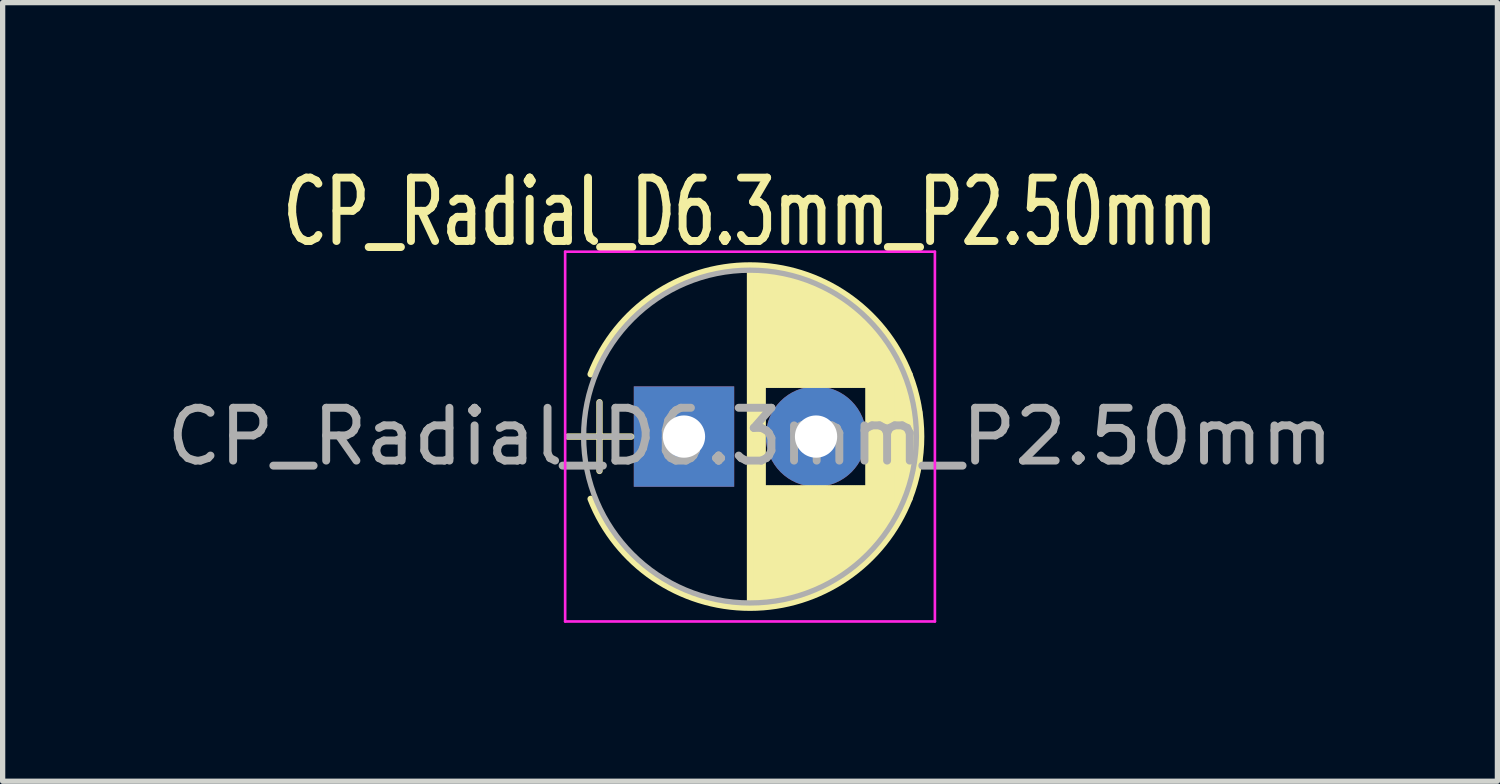
<source format=kicad_pcb>
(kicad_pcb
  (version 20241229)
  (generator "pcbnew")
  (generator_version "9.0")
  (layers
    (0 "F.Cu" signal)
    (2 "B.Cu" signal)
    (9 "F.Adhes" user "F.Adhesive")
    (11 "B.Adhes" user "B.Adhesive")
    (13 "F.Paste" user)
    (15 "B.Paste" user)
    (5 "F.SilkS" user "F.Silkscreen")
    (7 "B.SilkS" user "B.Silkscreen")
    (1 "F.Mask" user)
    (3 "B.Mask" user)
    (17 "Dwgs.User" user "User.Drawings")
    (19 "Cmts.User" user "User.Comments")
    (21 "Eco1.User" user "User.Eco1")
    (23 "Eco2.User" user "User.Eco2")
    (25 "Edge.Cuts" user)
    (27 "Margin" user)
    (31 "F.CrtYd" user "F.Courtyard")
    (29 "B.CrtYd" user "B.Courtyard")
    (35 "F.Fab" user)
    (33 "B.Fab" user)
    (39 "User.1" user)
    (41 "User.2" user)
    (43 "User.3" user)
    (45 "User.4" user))
  (footprint "CP_Radial_D6.3mm_P2.50mm"
    (layer "F.Cu")
    (at 9.899 5.215)
    (property "Reference" "CP_Radial_D6.3mm_P2.50mm" (at 1.25 -4.25 0) (layer "F.SilkS") (effects (font (size 1.2 0.8) (thickness 0.15))))
    (attr through_hole)
    (fp_line (start -2.2 0) (end -1 0) (stroke (width 0.12) (type solid)) (layer "F.SilkS"))
    (fp_line (start -1.6 -0.65) (end -1.6 0.65) (stroke (width 0.12) (type solid)) (layer "F.SilkS"))
    (fp_line (start 1.25 -3.2) (end 1.25 3.2) (stroke (width 0.12) (type solid)) (layer "F.SilkS"))
    (fp_line (start 1.29 -3.2) (end 1.29 3.2) (stroke (width 0.12) (type solid)) (layer "F.SilkS"))
    (fp_line (start 1.33 -3.2) (end 1.33 3.2) (stroke (width 0.12) (type solid)) (layer "F.SilkS"))
    (fp_line (start 1.37 -3.198) (end 1.37 3.198) (stroke (width 0.12) (type solid)) (layer "F.SilkS"))
    (fp_line (start 1.41 -3.197) (end 1.41 3.197) (stroke (width 0.12) (type solid)) (layer "F.SilkS"))
    (fp_line (start 1.45 -3.194) (end 1.45 3.194) (stroke (width 0.12) (type solid)) (layer "F.SilkS"))
    (fp_line (start 1.49 -3.192) (end 1.49 3.192) (stroke (width 0.12) (type solid)) (layer "F.SilkS"))
    (fp_line (start 1.53 -3.188) (end 1.53 -0.98) (stroke (width 0.12) (type solid)) (layer "F.SilkS"))
    (fp_line (start 1.53 0.98) (end 1.53 3.188) (stroke (width 0.12) (type solid)) (layer "F.SilkS"))
    (fp_line (start 1.57 -3.185) (end 1.57 -0.98) (stroke (width 0.12) (type solid)) (layer "F.SilkS"))
    (fp_line (start 1.57 0.98) (end 1.57 3.185) (stroke (width 0.12) (type solid)) (layer "F.SilkS"))
    (fp_line (start 1.61 -3.18) (end 1.61 -0.98) (stroke (width 0.12) (type solid)) (layer "F.SilkS"))
    (fp_line (start 1.61 0.98) (end 1.61 3.18) (stroke (width 0.12) (type solid)) (layer "F.SilkS"))
    (fp_line (start 1.65 -3.176) (end 1.65 -0.98) (stroke (width 0.12) (type solid)) (layer "F.SilkS"))
    (fp_line (start 1.65 0.98) (end 1.65 3.176) (stroke (width 0.12) (type solid)) (layer "F.SilkS"))
    (fp_line (start 1.69 -3.17) (end 1.69 -0.98) (stroke (width 0.12) (type solid)) (layer "F.SilkS"))
    (fp_line (start 1.69 0.98) (end 1.69 3.17) (stroke (width 0.12) (type solid)) (layer "F.SilkS"))
    (fp_line (start 1.73 -3.165) (end 1.73 -0.98) (stroke (width 0.12) (type solid)) (layer "F.SilkS"))
    (fp_line (start 1.73 0.98) (end 1.73 3.165) (stroke (width 0.12) (type solid)) (layer "F.SilkS"))
    (fp_line (start 1.77 -3.158) (end 1.77 -0.98) (stroke (width 0.12) (type solid)) (layer "F.SilkS"))
    (fp_line (start 1.77 0.98) (end 1.77 3.158) (stroke (width 0.12) (type solid)) (layer "F.SilkS"))
    (fp_line (start 1.81 -3.152) (end 1.81 -0.98) (stroke (width 0.12) (type solid)) (layer "F.SilkS"))
    (fp_line (start 1.81 0.98) (end 1.81 3.152) (stroke (width 0.12) (type solid)) (layer "F.SilkS"))
    (fp_line (start 1.85 -3.144) (end 1.85 -0.98) (stroke (width 0.12) (type solid)) (layer "F.SilkS"))
    (fp_line (start 1.85 0.98) (end 1.85 3.144) (stroke (width 0.12) (type solid)) (layer "F.SilkS"))
    (fp_line (start 1.89 -3.137) (end 1.89 -0.98) (stroke (width 0.12) (type solid)) (layer "F.SilkS"))
    (fp_line (start 1.89 0.98) (end 1.89 3.137) (stroke (width 0.12) (type solid)) (layer "F.SilkS"))
    (fp_line (start 1.93 -3.128) (end 1.93 -0.98) (stroke (width 0.12) (type solid)) (layer "F.SilkS"))
    (fp_line (start 1.93 0.98) (end 1.93 3.128) (stroke (width 0.12) (type solid)) (layer "F.SilkS"))
    (fp_line (start 1.971 -3.119) (end 1.971 -0.98) (stroke (width 0.12) (type solid)) (layer "F.SilkS"))
    (fp_line (start 1.971 0.98) (end 1.971 3.119) (stroke (width 0.12) (type solid)) (layer "F.SilkS"))
    (fp_line (start 2.011 -3.11) (end 2.011 -0.98) (stroke (width 0.12) (type solid)) (layer "F.SilkS"))
    (fp_line (start 2.011 0.98) (end 2.011 3.11) (stroke (width 0.12) (type solid)) (layer "F.SilkS"))
    (fp_line (start 2.051 -3.1) (end 2.051 -0.98) (stroke (width 0.12) (type solid)) (layer "F.SilkS"))
    (fp_line (start 2.051 0.98) (end 2.051 3.1) (stroke (width 0.12) (type solid)) (layer "F.SilkS"))
    (fp_line (start 2.091 -3.09) (end 2.091 -0.98) (stroke (width 0.12) (type solid)) (layer "F.SilkS"))
    (fp_line (start 2.091 0.98) (end 2.091 3.09) (stroke (width 0.12) (type solid)) (layer "F.SilkS"))
    (fp_line (start 2.131 -3.079) (end 2.131 -0.98) (stroke (width 0.12) (type solid)) (layer "F.SilkS"))
    (fp_line (start 2.131 0.98) (end 2.131 3.079) (stroke (width 0.12) (type solid)) (layer "F.SilkS"))
    (fp_line (start 2.171 -3.067) (end 2.171 -0.98) (stroke (width 0.12) (type solid)) (layer "F.SilkS"))
    (fp_line (start 2.171 0.98) (end 2.171 3.067) (stroke (width 0.12) (type solid)) (layer "F.SilkS"))
    (fp_line (start 2.211 -3.055) (end 2.211 -0.98) (stroke (width 0.12) (type solid)) (layer "F.SilkS"))
    (fp_line (start 2.211 0.98) (end 2.211 3.055) (stroke (width 0.12) (type solid)) (layer "F.SilkS"))
    (fp_line (start 2.251 -3.042) (end 2.251 -0.98) (stroke (width 0.12) (type solid)) (layer "F.SilkS"))
    (fp_line (start 2.251 0.98) (end 2.251 3.042) (stroke (width 0.12) (type solid)) (layer "F.SilkS"))
    (fp_line (start 2.291 -3.029) (end 2.291 -0.98) (stroke (width 0.12) (type solid)) (layer "F.SilkS"))
    (fp_line (start 2.291 0.98) (end 2.291 3.029) (stroke (width 0.12) (type solid)) (layer "F.SilkS"))
    (fp_line (start 2.331 -3.015) (end 2.331 -0.98) (stroke (width 0.12) (type solid)) (layer "F.SilkS"))
    (fp_line (start 2.331 0.98) (end 2.331 3.015) (stroke (width 0.12) (type solid)) (layer "F.SilkS"))
    (fp_line (start 2.371 -3.001) (end 2.371 -0.98) (stroke (width 0.12) (type solid)) (layer "F.SilkS"))
    (fp_line (start 2.371 0.98) (end 2.371 3.001) (stroke (width 0.12) (type solid)) (layer "F.SilkS"))
    (fp_line (start 2.411 -2.986) (end 2.411 -0.98) (stroke (width 0.12) (type solid)) (layer "F.SilkS"))
    (fp_line (start 2.411 0.98) (end 2.411 2.986) (stroke (width 0.12) (type solid)) (layer "F.SilkS"))
    (fp_line (start 2.451 -2.97) (end 2.451 -0.98) (stroke (width 0.12) (type solid)) (layer "F.SilkS"))
    (fp_line (start 2.451 0.98) (end 2.451 2.97) (stroke (width 0.12) (type solid)) (layer "F.SilkS"))
    (fp_line (start 2.491 -2.954) (end 2.491 -0.98) (stroke (width 0.12) (type solid)) (layer "F.SilkS"))
    (fp_line (start 2.491 0.98) (end 2.491 2.954) (stroke (width 0.12) (type solid)) (layer "F.SilkS"))
    (fp_line (start 2.531 -2.937) (end 2.531 -0.98) (stroke (width 0.12) (type solid)) (layer "F.SilkS"))
    (fp_line (start 2.531 0.98) (end 2.531 2.937) (stroke (width 0.12) (type solid)) (layer "F.SilkS"))
    (fp_line (start 2.571 -2.919) (end 2.571 -0.98) (stroke (width 0.12) (type solid)) (layer "F.SilkS"))
    (fp_line (start 2.571 0.98) (end 2.571 2.919) (stroke (width 0.12) (type solid)) (layer "F.SilkS"))
    (fp_line (start 2.611 -2.901) (end 2.611 -0.98) (stroke (width 0.12) (type solid)) (layer "F.SilkS"))
    (fp_line (start 2.611 0.98) (end 2.611 2.901) (stroke (width 0.12) (type solid)) (layer "F.SilkS"))
    (fp_line (start 2.651 -2.882) (end 2.651 -0.98) (stroke (width 0.12) (type solid)) (layer "F.SilkS"))
    (fp_line (start 2.651 0.98) (end 2.651 2.882) (stroke (width 0.12) (type solid)) (layer "F.SilkS"))
    (fp_line (start 2.691 -2.863) (end 2.691 -0.98) (stroke (width 0.12) (type solid)) (layer "F.SilkS"))
    (fp_line (start 2.691 0.98) (end 2.691 2.863) (stroke (width 0.12) (type solid)) (layer "F.SilkS"))
    (fp_line (start 2.731 -2.843) (end 2.731 -0.98) (stroke (width 0.12) (type solid)) (layer "F.SilkS"))
    (fp_line (start 2.731 0.98) (end 2.731 2.843) (stroke (width 0.12) (type solid)) (layer "F.SilkS"))
    (fp_line (start 2.771 -2.822) (end 2.771 -0.98) (stroke (width 0.12) (type solid)) (layer "F.SilkS"))
    (fp_line (start 2.771 0.98) (end 2.771 2.822) (stroke (width 0.12) (type solid)) (layer "F.SilkS"))
    (fp_line (start 2.811 -2.8) (end 2.811 -0.98) (stroke (width 0.12) (type solid)) (layer "F.SilkS"))
    (fp_line (start 2.811 0.98) (end 2.811 2.8) (stroke (width 0.12) (type solid)) (layer "F.SilkS"))
    (fp_line (start 2.851 -2.778) (end 2.851 -0.98) (stroke (width 0.12) (type solid)) (layer "F.SilkS"))
    (fp_line (start 2.851 0.98) (end 2.851 2.778) (stroke (width 0.12) (type solid)) (layer "F.SilkS"))
    (fp_line (start 2.891 -2.755) (end 2.891 -0.98) (stroke (width 0.12) (type solid)) (layer "F.SilkS"))
    (fp_line (start 2.891 0.98) (end 2.891 2.755) (stroke (width 0.12) (type solid)) (layer "F.SilkS"))
    (fp_line (start 2.931 -2.731) (end 2.931 -0.98) (stroke (width 0.12) (type solid)) (layer "F.SilkS"))
    (fp_line (start 2.931 0.98) (end 2.931 2.731) (stroke (width 0.12) (type solid)) (layer "F.SilkS"))
    (fp_line (start 2.971 -2.706) (end 2.971 -0.98) (stroke (width 0.12) (type solid)) (layer "F.SilkS"))
    (fp_line (start 2.971 0.98) (end 2.971 2.706) (stroke (width 0.12) (type solid)) (layer "F.SilkS"))
    (fp_line (start 3.011 -2.681) (end 3.011 -0.98) (stroke (width 0.12) (type solid)) (layer "F.SilkS"))
    (fp_line (start 3.011 0.98) (end 3.011 2.681) (stroke (width 0.12) (type solid)) (layer "F.SilkS"))
    (fp_line (start 3.051 -2.654) (end 3.051 -0.98) (stroke (width 0.12) (type solid)) (layer "F.SilkS"))
    (fp_line (start 3.051 0.98) (end 3.051 2.654) (stroke (width 0.12) (type solid)) (layer "F.SilkS"))
    (fp_line (start 3.091 -2.627) (end 3.091 -0.98) (stroke (width 0.12) (type solid)) (layer "F.SilkS"))
    (fp_line (start 3.091 0.98) (end 3.091 2.627) (stroke (width 0.12) (type solid)) (layer "F.SilkS"))
    (fp_line (start 3.131 -2.599) (end 3.131 -0.98) (stroke (width 0.12) (type solid)) (layer "F.SilkS"))
    (fp_line (start 3.131 0.98) (end 3.131 2.599) (stroke (width 0.12) (type solid)) (layer "F.SilkS"))
    (fp_line (start 3.171 -2.57) (end 3.171 -0.98) (stroke (width 0.12) (type solid)) (layer "F.SilkS"))
    (fp_line (start 3.171 0.98) (end 3.171 2.57) (stroke (width 0.12) (type solid)) (layer "F.SilkS"))
    (fp_line (start 3.211 -2.54) (end 3.211 -0.98) (stroke (width 0.12) (type solid)) (layer "F.SilkS"))
    (fp_line (start 3.211 0.98) (end 3.211 2.54) (stroke (width 0.12) (type solid)) (layer "F.SilkS"))
    (fp_line (start 3.251 -2.51) (end 3.251 -0.98) (stroke (width 0.12) (type solid)) (layer "F.SilkS"))
    (fp_line (start 3.251 0.98) (end 3.251 2.51) (stroke (width 0.12) (type solid)) (layer "F.SilkS"))
    (fp_line (start 3.291 -2.478) (end 3.291 -0.98) (stroke (width 0.12) (type solid)) (layer "F.SilkS"))
    (fp_line (start 3.291 0.98) (end 3.291 2.478) (stroke (width 0.12) (type solid)) (layer "F.SilkS"))
    (fp_line (start 3.331 -2.445) (end 3.331 -0.98) (stroke (width 0.12) (type solid)) (layer "F.SilkS"))
    (fp_line (start 3.331 0.98) (end 3.331 2.445) (stroke (width 0.12) (type solid)) (layer "F.SilkS"))
    (fp_line (start 3.371 -2.411) (end 3.371 -0.98) (stroke (width 0.12) (type solid)) (layer "F.SilkS"))
    (fp_line (start 3.371 0.98) (end 3.371 2.411) (stroke (width 0.12) (type solid)) (layer "F.SilkS"))
    (fp_line (start 3.411 -2.375) (end 3.411 -0.98) (stroke (width 0.12) (type solid)) (layer "F.SilkS"))
    (fp_line (start 3.411 0.98) (end 3.411 2.375) (stroke (width 0.12) (type solid)) (layer "F.SilkS"))
    (fp_line (start 3.451 -2.339) (end 3.451 -0.98) (stroke (width 0.12) (type solid)) (layer "F.SilkS"))
    (fp_line (start 3.451 0.98) (end 3.451 2.339) (stroke (width 0.12) (type solid)) (layer "F.SilkS"))
    (fp_line (start 3.491 -2.301) (end 3.491 2.301) (stroke (width 0.12) (type solid)) (layer "F.SilkS"))
    (fp_line (start 3.531 -2.262) (end 3.531 2.262) (stroke (width 0.12) (type solid)) (layer "F.SilkS"))
    (fp_line (start 3.571 -2.222) (end 3.571 2.222) (stroke (width 0.12) (type solid)) (layer "F.SilkS"))
    (fp_line (start 3.611 -2.18) (end 3.611 2.18) (stroke (width 0.12) (type solid)) (layer "F.SilkS"))
    (fp_line (start 3.651 -2.137) (end 3.651 2.137) (stroke (width 0.12) (type solid)) (layer "F.SilkS"))
    (fp_line (start 3.691 -2.092) (end 3.691 2.092) (stroke (width 0.12) (type solid)) (layer "F.SilkS"))
    (fp_line (start 3.731 -2.045) (end 3.731 2.045) (stroke (width 0.12) (type solid)) (layer "F.SilkS"))
    (fp_line (start 3.771 -1.997) (end 3.771 1.997) (stroke (width 0.12) (type solid)) (layer "F.SilkS"))
    (fp_line (start 3.811 -1.946) (end 3.811 1.946) (stroke (width 0.12) (type solid)) (layer "F.SilkS"))
    (fp_line (start 3.851 -1.894) (end 3.851 1.894) (stroke (width 0.12) (type solid)) (layer "F.SilkS"))
    (fp_line (start 3.891 -1.839) (end 3.891 1.839) (stroke (width 0.12) (type solid)) (layer "F.SilkS"))
    (fp_line (start 3.931 -1.781) (end 3.931 1.781) (stroke (width 0.12) (type solid)) (layer "F.SilkS"))
    (fp_line (start 3.971 -1.721) (end 3.971 1.721) (stroke (width 0.12) (type solid)) (layer "F.SilkS"))
    (fp_line (start 4.011 -1.658) (end 4.011 1.658) (stroke (width 0.12) (type solid)) (layer "F.SilkS"))
    (fp_line (start 4.051 -1.591) (end 4.051 1.591) (stroke (width 0.12) (type solid)) (layer "F.SilkS"))
    (fp_line (start 4.091 -1.52) (end 4.091 1.52) (stroke (width 0.12) (type solid)) (layer "F.SilkS"))
    (fp_line (start 4.131 -1.445) (end 4.131 1.445) (stroke (width 0.12) (type solid)) (layer "F.SilkS"))
    (fp_line (start 4.171 -1.364) (end 4.171 1.364) (stroke (width 0.12) (type solid)) (layer "F.SilkS"))
    (fp_line (start 4.211 -1.278) (end 4.211 1.278) (stroke (width 0.12) (type solid)) (layer "F.SilkS"))
    (fp_line (start 4.251 -1.184) (end 4.251 1.184) (stroke (width 0.12) (type solid)) (layer "F.SilkS"))
    (fp_line (start 4.291 -1.081) (end 4.291 1.081) (stroke (width 0.12) (type solid)) (layer "F.SilkS"))
    (fp_line (start 4.331 -0.966) (end 4.331 0.966) (stroke (width 0.12) (type solid)) (layer "F.SilkS"))
    (fp_line (start 4.371 -0.834) (end 4.371 0.834) (stroke (width 0.12) (type solid)) (layer "F.SilkS"))
    (fp_line (start 4.411 -0.676) (end 4.411 0.676) (stroke (width 0.12) (type solid)) (layer "F.SilkS"))
    (fp_line (start 4.451 -0.468) (end 4.451 0.468) (stroke (width 0.12) (type solid)) (layer "F.SilkS"))
    (fp_arc (start -1.767482 -1.18) (mid 1.250464 -3.24) (end 4.26782 -1.179135) (stroke (width 0.12) (type solid)) (layer "F.SilkS"))
    (fp_arc (start 4.267482 -1.18) (mid 4.49 -0.000464) (end 4.26782 1.179135) (stroke (width 0.12) (type solid)) (layer "F.SilkS"))
    (fp_arc (start 4.26782 1.179135) (mid 1.250464 3.239999) (end -1.767482 1.18) (stroke (width 0.12) (type solid)) (layer "F.SilkS"))
    (fp_line (start -2.25 -3.5) (end -2.25 3.5) (stroke (width 0.05) (type solid)) (layer "F.CrtYd"))
    (fp_line (start -2.25 3.5) (end 4.75 3.5) (stroke (width 0.05) (type solid)) (layer "F.CrtYd"))
    (fp_line (start 4.75 -3.5) (end -2.25 -3.5) (stroke (width 0.05) (type solid)) (layer "F.CrtYd"))
    (fp_line (start 4.75 3.5) (end 4.75 -3.5) (stroke (width 0.05) (type solid)) (layer "F.CrtYd"))
    (fp_line (start -2.2 0) (end -1 0) (stroke (width 0.1) (type solid)) (layer "F.Fab"))
    (fp_line (start -1.6 -0.65) (end -1.6 0.65) (stroke (width 0.1) (type solid)) (layer "F.Fab"))
    (fp_circle (center 1.25 0) (end 4.4 0) (stroke (width 0.1) (type solid)) (fill no) (layer "F.Fab"))
    (fp_text user "${REFERENCE}" (at 1.25 0 0) (layer "F.Fab") (effects (font (size 1 1) (thickness 0.15))))
    (pad "1" thru_hole rect (at 0 0) (size 1.9 1.9) (drill 0.8) (layers "*.Cu" "*.Mask"))
    (pad "2" thru_hole circle (at 2.5 0) (size 1.9 1.9) (drill 0.8) (layers "*.Cu" "*.Mask")))
  (gr_rect
    (start -3 -3)
    (end 25.298 11.74)
    (stroke (width 0.1) (type default))
    (fill no)
    (layer "Edge.Cuts")))
</source>
